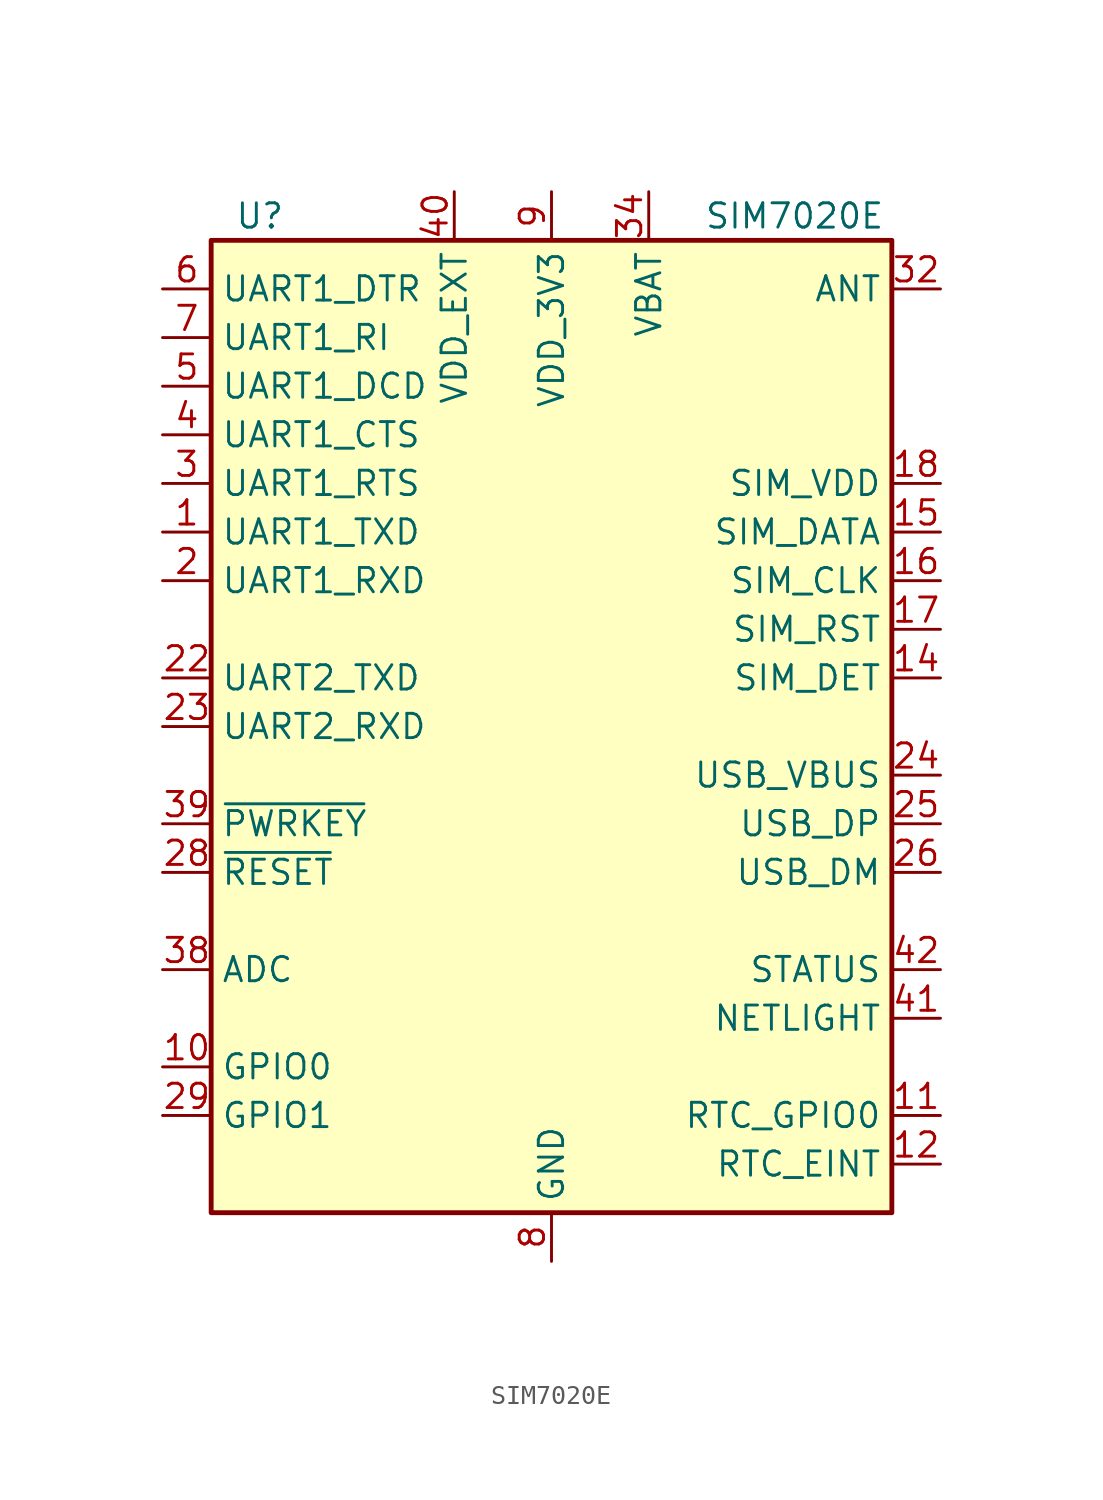
<source format=kicad_sym>
(kicad_symbol_lib
  (version 20200908)
  (generator kicad_symbol_editor)
  (symbol "RF_GSM:SIM7020E"
    (property "Reference" "U"
      (at -15.24 26.67 0)
      (effects (font (size 1.27 1.27))))
    (property "Value" "SIM7020E"
      (at 12.7 26.67 0)
      (effects (font (size 1.27 1.27))))
    (symbol "SIM7020E_0_1"
      (rectangle (start -17.78 25.4) (end 17.78 -25.4) (stroke (width 0.254)) (fill (type background))))
    (symbol "SIM7020E_1_1"
      (pin output line (at -20.32 10.16 0) (length 2.54) (name "UART1_TXD" (effects (font (size 1.27 1.27)))) (number "1" (effects (font (size 1.27 1.27)))))
      (pin bidirectional line (at -20.32 -17.78 0) (length 2.54) (name "GPIO0" (effects (font (size 1.27 1.27)))) (number "10" (effects (font (size 1.27 1.27)))))
      (pin output line (at 20.32 -20.32 180) (length 2.54) (name "RTC_GPIO0" (effects (font (size 1.27 1.27)))) (number "11" (effects (font (size 1.27 1.27)))))
      (pin input line (at 20.32 -22.86 180) (length 2.54) (name "RTC_EINT" (effects (font (size 1.27 1.27)))) (number "12" (effects (font (size 1.27 1.27)))))
      (pin passive line (at 0 -27.94 90) (length 2.54) hide (name "GND" (effects (font (size 1.27 1.27)))) (number "13" (effects (font (size 1.27 1.27)))))
      (pin input line (at 20.32 2.54 180) (length 2.54) (name "SIM_DET" (effects (font (size 1.27 1.27)))) (number "14" (effects (font (size 1.27 1.27)))))
      (pin bidirectional line (at 20.32 10.16 180) (length 2.54) (name "SIM_DATA" (effects (font (size 1.27 1.27)))) (number "15" (effects (font (size 1.27 1.27)))))
      (pin output line (at 20.32 7.62 180) (length 2.54) (name "SIM_CLK" (effects (font (size 1.27 1.27)))) (number "16" (effects (font (size 1.27 1.27)))))
      (pin output line (at 20.32 5.08 180) (length 2.54) (name "SIM_RST" (effects (font (size 1.27 1.27)))) (number "17" (effects (font (size 1.27 1.27)))))
      (pin power_out line (at 20.32 12.7 180) (length 2.54) (name "SIM_VDD" (effects (font (size 1.27 1.27)))) (number "18" (effects (font (size 1.27 1.27)))))
      (pin passive line (at 0 -27.94 90) (length 2.54) hide (name "GND" (effects (font (size 1.27 1.27)))) (number "19" (effects (font (size 1.27 1.27)))))
      (pin input line (at -20.32 7.62 0) (length 2.54) (name "UART1_RXD" (effects (font (size 1.27 1.27)))) (number "2" (effects (font (size 1.27 1.27)))))
      (pin unconnected line (at 17.78 17.78 180) (length 2.54) hide (name "NC" (effects (font (size 1.27 1.27)))) (number "20" (effects (font (size 1.27 1.27)))))
      (pin passive line (at 0 -27.94 90) (length 2.54) hide (name "GND" (effects (font (size 1.27 1.27)))) (number "21" (effects (font (size 1.27 1.27)))))
      (pin output line (at -20.32 2.54 0) (length 2.54) (name "UART2_TXD" (effects (font (size 1.27 1.27)))) (number "22" (effects (font (size 1.27 1.27)))))
      (pin input line (at -20.32 0 0) (length 2.54) (name "UART2_RXD" (effects (font (size 1.27 1.27)))) (number "23" (effects (font (size 1.27 1.27)))))
      (pin input line (at 20.32 -2.54 180) (length 2.54) (name "USB_VBUS" (effects (font (size 1.27 1.27)))) (number "24" (effects (font (size 1.27 1.27)))))
      (pin bidirectional line (at 20.32 -5.08 180) (length 2.54) (name "USB_DP" (effects (font (size 1.27 1.27)))) (number "25" (effects (font (size 1.27 1.27)))))
      (pin bidirectional line (at 20.32 -7.62 180) (length 2.54) (name "USB_DM" (effects (font (size 1.27 1.27)))) (number "26" (effects (font (size 1.27 1.27)))))
      (pin passive line (at 0 -27.94 90) (length 2.54) hide (name "GND" (effects (font (size 1.27 1.27)))) (number "27" (effects (font (size 1.27 1.27)))))
      (pin input line (at -20.32 -7.62 0) (length 2.54) (name "~RESET" (effects (font (size 1.27 1.27)))) (number "28" (effects (font (size 1.27 1.27)))))
      (pin bidirectional line (at -20.32 -20.32 0) (length 2.54) (name "GPIO1" (effects (font (size 1.27 1.27)))) (number "29" (effects (font (size 1.27 1.27)))))
      (pin input line (at -20.32 12.7 0) (length 2.54) (name "UART1_RTS" (effects (font (size 1.27 1.27)))) (number "3" (effects (font (size 1.27 1.27)))))
      (pin passive line (at 0 -27.94 90) (length 2.54) hide (name "GND" (effects (font (size 1.27 1.27)))) (number "30" (effects (font (size 1.27 1.27)))))
      (pin passive line (at 0 -27.94 90) (length 2.54) hide (name "GND" (effects (font (size 1.27 1.27)))) (number "31" (effects (font (size 1.27 1.27)))))
      (pin passive line (at 20.32 22.86 180) (length 2.54) (name "ANT" (effects (font (size 1.27 1.27)))) (number "32" (effects (font (size 1.27 1.27)))))
      (pin passive line (at 0 -27.94 90) (length 2.54) hide (name "GND" (effects (font (size 1.27 1.27)))) (number "33" (effects (font (size 1.27 1.27)))))
      (pin power_in line (at 5.08 27.94 270) (length 2.54) (name "VBAT" (effects (font (size 1.27 1.27)))) (number "34" (effects (font (size 1.27 1.27)))))
      (pin passive line (at 5.08 27.94 270) (length 2.54) hide (name "VBAT" (effects (font (size 1.27 1.27)))) (number "35" (effects (font (size 1.27 1.27)))))
      (pin passive line (at 0 -27.94 90) (length 2.54) hide (name "GND" (effects (font (size 1.27 1.27)))) (number "36" (effects (font (size 1.27 1.27)))))
      (pin passive line (at 0 -27.94 90) (length 2.54) hide (name "GND" (effects (font (size 1.27 1.27)))) (number "37" (effects (font (size 1.27 1.27)))))
      (pin input line (at -20.32 -12.7 0) (length 2.54) (name "ADC" (effects (font (size 1.27 1.27)))) (number "38" (effects (font (size 1.27 1.27)))))
      (pin input line (at -20.32 -5.08 0) (length 2.54) (name "~PWRKEY" (effects (font (size 1.27 1.27)))) (number "39" (effects (font (size 1.27 1.27)))))
      (pin output line (at -20.32 15.24 0) (length 2.54) (name "UART1_CTS" (effects (font (size 1.27 1.27)))) (number "4" (effects (font (size 1.27 1.27)))))
      (pin power_out line (at -5.08 27.94 270) (length 2.54) (name "VDD_EXT" (effects (font (size 1.27 1.27)))) (number "40" (effects (font (size 1.27 1.27)))))
      (pin output line (at 20.32 -15.24 180) (length 2.54) (name "NETLIGHT" (effects (font (size 1.27 1.27)))) (number "41" (effects (font (size 1.27 1.27)))))
      (pin output line (at 20.32 -12.7 180) (length 2.54) (name "STATUS" (effects (font (size 1.27 1.27)))) (number "42" (effects (font (size 1.27 1.27)))))
      (pin output line (at -20.32 17.78 0) (length 2.54) (name "UART1_DCD" (effects (font (size 1.27 1.27)))) (number "5" (effects (font (size 1.27 1.27)))))
      (pin input line (at -20.32 22.86 0) (length 2.54) (name "UART1_DTR" (effects (font (size 1.27 1.27)))) (number "6" (effects (font (size 1.27 1.27)))))
      (pin output line (at -20.32 20.32 0) (length 2.54) (name "UART1_RI" (effects (font (size 1.27 1.27)))) (number "7" (effects (font (size 1.27 1.27)))))
      (pin power_in line (at 0 -27.94 90) (length 2.54) (name "GND" (effects (font (size 1.27 1.27)))) (number "8" (effects (font (size 1.27 1.27)))))
      (pin power_out line (at 0 27.94 270) (length 2.54) (name "VDD_3V3" (effects (font (size 1.27 1.27)))) (number "9" (effects (font (size 1.27 1.27))))))))
</source>
